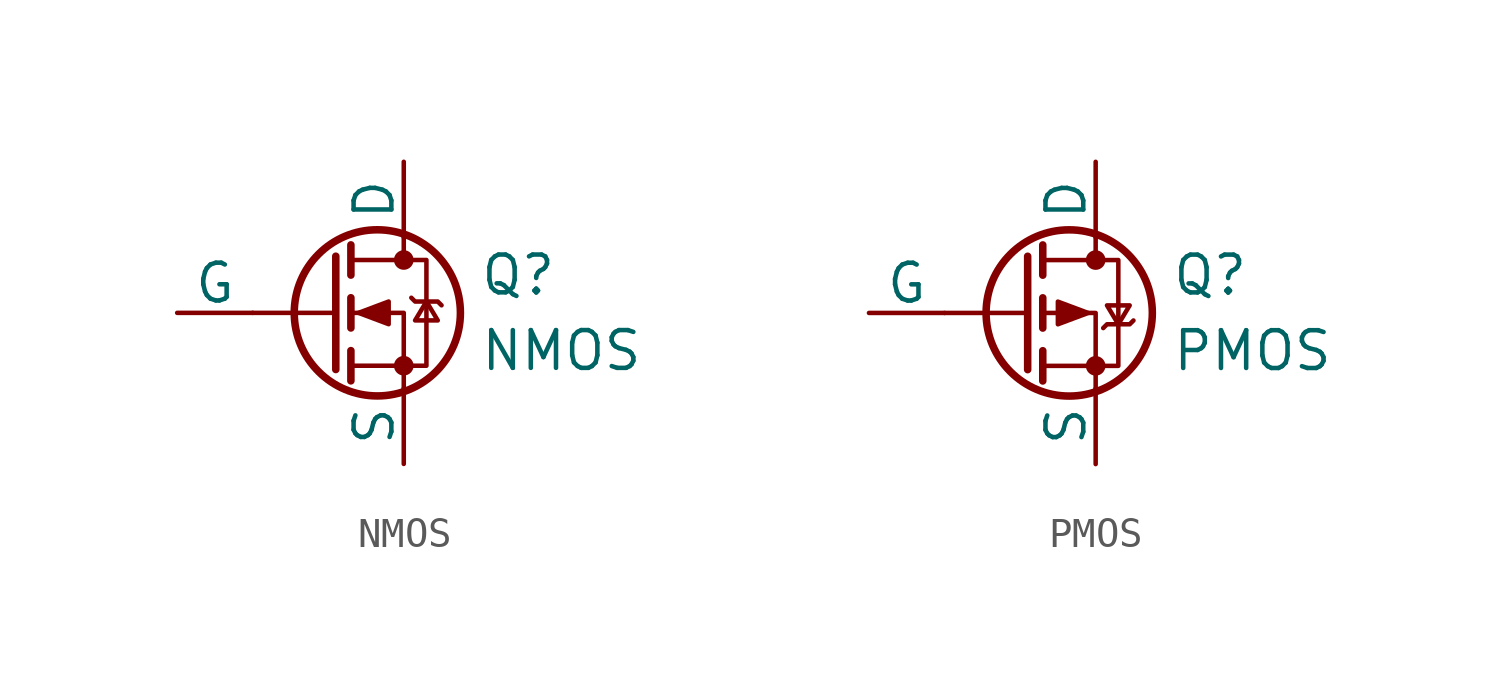
<source format=kicad_sym>
(kicad_symbol_lib
  (version 20231120)
  (generator "kicad_symbol_editor")
  (generator_version "8.0")
  (symbol "NMOS"
    (pin_numbers hide)
    (pin_names
      (offset 0))
    (property "Reference" "Q"
      (at 5.08 1.27 0)
      (effects (font (size 1.27 1.27)) (justify left)))
    (property "Value" "NMOS"
      (at 5.08 -1.27 0)
      (effects (font (size 1.27 1.27)) (justify left)))
    (symbol "NMOS_0_1"
      (polyline (pts (xy 0.254 0) (xy -2.54 0)) (stroke (width 0) (type default)) (fill (type none)))
      (polyline (pts (xy 0.254 1.905) (xy 0.254 -1.905)) (stroke (width 0.254) (type default)) (fill (type none)))
      (polyline (pts (xy 0.762 -1.27) (xy 0.762 -2.286)) (stroke (width 0.254) (type default)) (fill (type none)))
      (polyline (pts (xy 0.762 0.508) (xy 0.762 -0.508)) (stroke (width 0.254) (type default)) (fill (type none)))
      (polyline (pts (xy 0.762 2.286) (xy 0.762 1.27)) (stroke (width 0.254) (type default)) (fill (type none)))
      (polyline (pts (xy 2.54 2.54) (xy 2.54 1.778)) (stroke (width 0) (type default)) (fill (type none)))
      (polyline (pts (xy 2.54 -2.54) (xy 2.54 0) (xy 0.762 0)) (stroke (width 0) (type default)) (fill (type none)))
      (polyline (pts (xy 0.762 -1.778) (xy 3.302 -1.778) (xy 3.302 1.778) (xy 0.762 1.778)) (stroke (width 0) (type default)) (fill (type none)))
      (polyline (pts (xy 1.016 0) (xy 2.032 0.381) (xy 2.032 -0.381) (xy 1.016 0)) (stroke (width 0) (type default)) (fill (type outline)))
      (polyline (pts (xy 2.794 0.508) (xy 2.921 0.381) (xy 3.683 0.381) (xy 3.81 0.254)) (stroke (width 0) (type default)) (fill (type none)))
      (polyline (pts (xy 3.302 0.381) (xy 2.921 -0.254) (xy 3.683 -0.254) (xy 3.302 0.381)) (stroke (width 0) (type default)) (fill (type none)))
      (circle (center 1.651 0) (radius 2.794) (stroke (width 0.254) (type default)) (fill (type none)))
      (circle (center 2.54 -1.778) (radius 0.254) (stroke (width 0) (type default)) (fill (type outline)))
      (circle (center 2.54 1.778) (radius 0.254) (stroke (width 0) (type default)) (fill (type outline))))
    (symbol "NMOS_1_1"
      (pin passive line (at 2.54 5.08 270) (length 2.54) (name "D" (effects (font (size 1.27 1.27)))) (number "1" (effects (font (size 1.27 1.27)))))
      (pin input line (at -5.08 0 0) (length 2.54) (name "G" (effects (font (size 1.27 1.27)))) (number "2" (effects (font (size 1.27 1.27)))))
      (pin passive line (at 2.54 -5.08 90) (length 2.54) (name "S" (effects (font (size 1.27 1.27)))) (number "3" (effects (font (size 1.27 1.27)))))))
  (symbol "PMOS"
    (pin_numbers hide)
    (pin_names
      (offset 0))
    (property "Reference" "Q"
      (at 5.08 1.27 0)
      (effects (font (size 1.27 1.27)) (justify left)))
    (property "Value" "PMOS"
      (at 5.08 -1.27 0)
      (effects (font (size 1.27 1.27)) (justify left)))
    (symbol "PMOS_0_1"
      (polyline (pts (xy 0.254 0) (xy -2.54 0)) (stroke (width 0) (type default)) (fill (type none)))
      (polyline (pts (xy 0.254 1.905) (xy 0.254 -1.905)) (stroke (width 0.254) (type default)) (fill (type none)))
      (polyline (pts (xy 0.762 -1.27) (xy 0.762 -2.286)) (stroke (width 0.254) (type default)) (fill (type none)))
      (polyline (pts (xy 0.762 0.508) (xy 0.762 -0.508)) (stroke (width 0.254) (type default)) (fill (type none)))
      (polyline (pts (xy 0.762 2.286) (xy 0.762 1.27)) (stroke (width 0.254) (type default)) (fill (type none)))
      (polyline (pts (xy 2.54 2.54) (xy 2.54 1.778)) (stroke (width 0) (type default)) (fill (type none)))
      (polyline (pts (xy 2.54 -2.54) (xy 2.54 0) (xy 0.762 0)) (stroke (width 0) (type default)) (fill (type none)))
      (polyline (pts (xy 0.762 1.778) (xy 3.302 1.778) (xy 3.302 -1.778) (xy 0.762 -1.778)) (stroke (width 0) (type default)) (fill (type none)))
      (polyline (pts (xy 2.286 0) (xy 1.27 0.381) (xy 1.27 -0.381) (xy 2.286 0)) (stroke (width 0) (type default)) (fill (type outline)))
      (polyline (pts (xy 2.794 -0.508) (xy 2.921 -0.381) (xy 3.683 -0.381) (xy 3.81 -0.254)) (stroke (width 0) (type default)) (fill (type none)))
      (polyline (pts (xy 3.302 -0.381) (xy 2.921 0.254) (xy 3.683 0.254) (xy 3.302 -0.381)) (stroke (width 0) (type default)) (fill (type none)))
      (circle (center 1.651 0) (radius 2.794) (stroke (width 0.254) (type default)) (fill (type none)))
      (circle (center 2.54 -1.778) (radius 0.254) (stroke (width 0) (type default)) (fill (type outline)))
      (circle (center 2.54 1.778) (radius 0.254) (stroke (width 0) (type default)) (fill (type outline))))
    (symbol "PMOS_1_1"
      (pin passive line (at 2.54 -5.08 90) (length 2.54) (name "S" (effects (font (size 1.27 1.27)))) (number "1" (effects (font (size 1.27 1.27)))))
      (pin input line (at -5.08 0 0) (length 2.54) (name "G" (effects (font (size 1.27 1.27)))) (number "2" (effects (font (size 1.27 1.27)))))
      (pin passive line (at 2.54 5.08 270) (length 2.54) (name "D" (effects (font (size 1.27 1.27)))) (number "3" (effects (font (size 1.27 1.27))))))))
</source>
